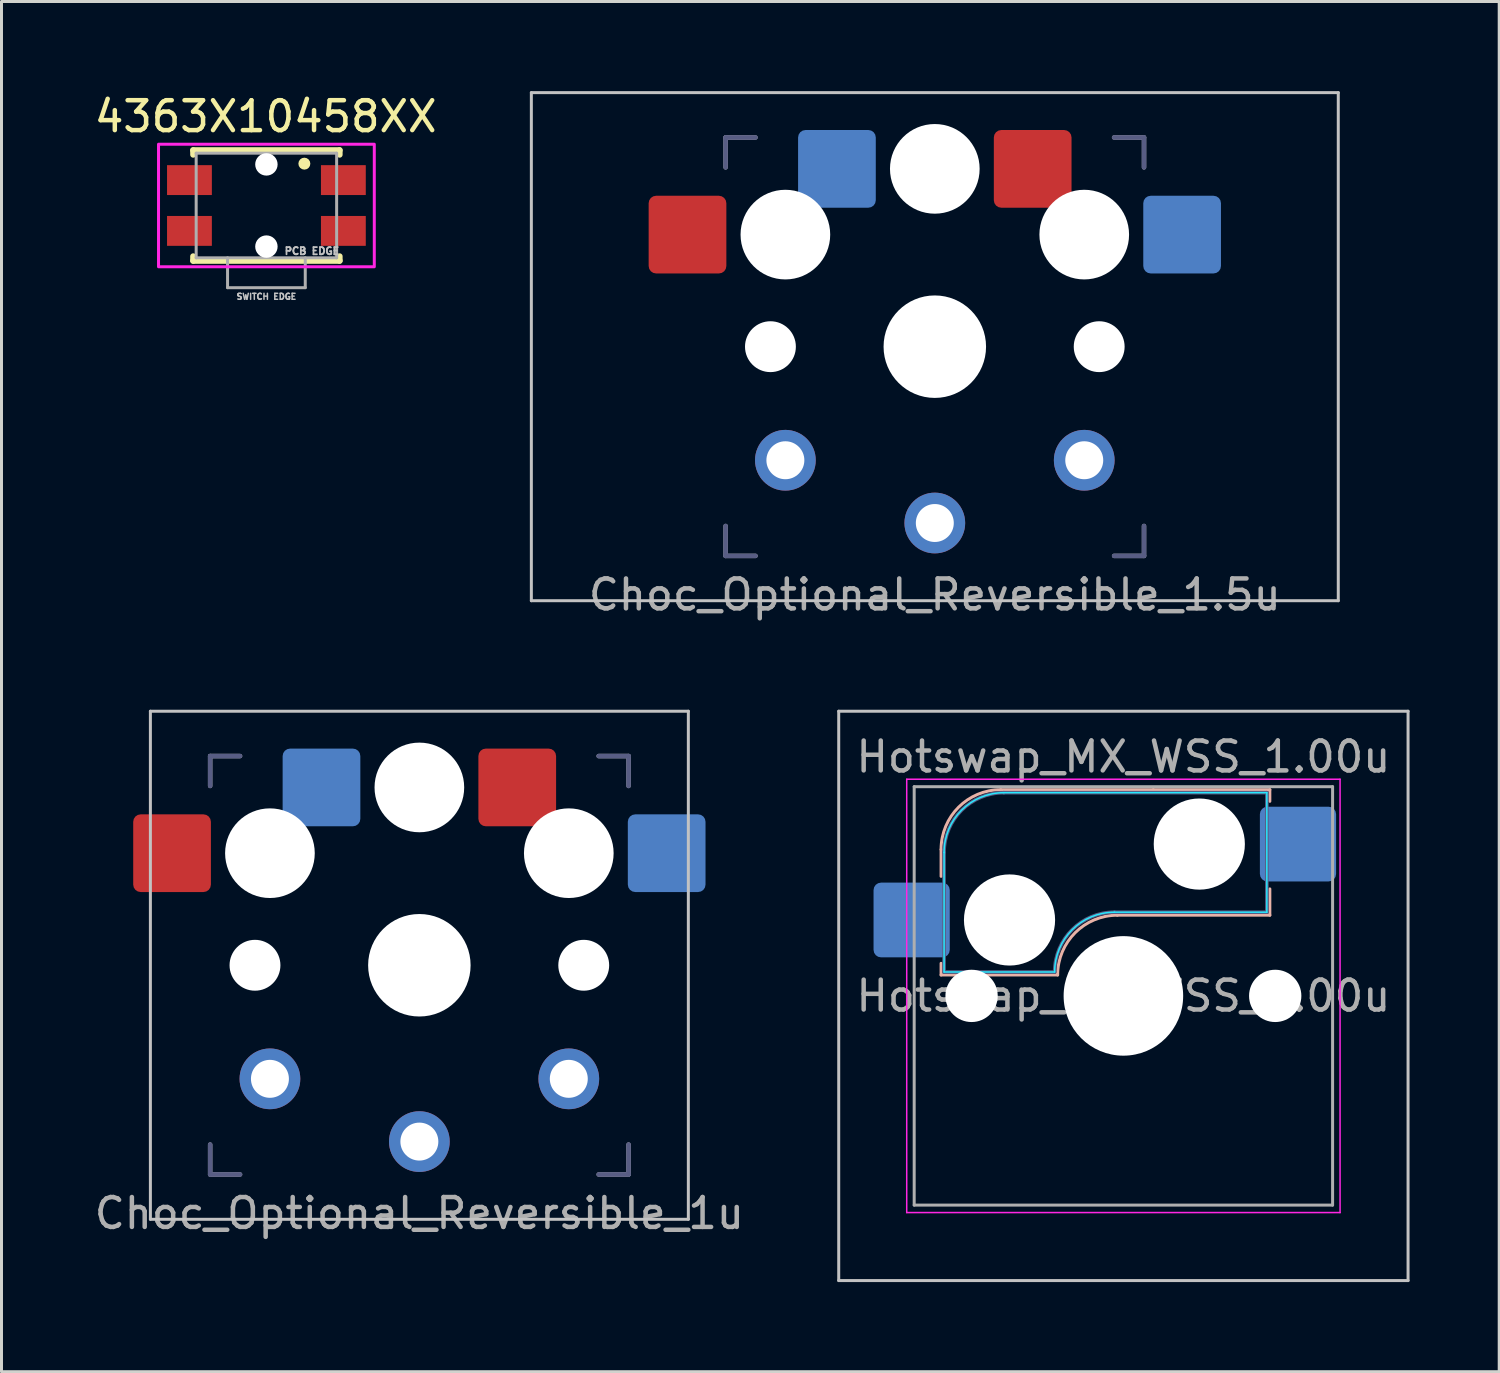
<source format=kicad_pcb>
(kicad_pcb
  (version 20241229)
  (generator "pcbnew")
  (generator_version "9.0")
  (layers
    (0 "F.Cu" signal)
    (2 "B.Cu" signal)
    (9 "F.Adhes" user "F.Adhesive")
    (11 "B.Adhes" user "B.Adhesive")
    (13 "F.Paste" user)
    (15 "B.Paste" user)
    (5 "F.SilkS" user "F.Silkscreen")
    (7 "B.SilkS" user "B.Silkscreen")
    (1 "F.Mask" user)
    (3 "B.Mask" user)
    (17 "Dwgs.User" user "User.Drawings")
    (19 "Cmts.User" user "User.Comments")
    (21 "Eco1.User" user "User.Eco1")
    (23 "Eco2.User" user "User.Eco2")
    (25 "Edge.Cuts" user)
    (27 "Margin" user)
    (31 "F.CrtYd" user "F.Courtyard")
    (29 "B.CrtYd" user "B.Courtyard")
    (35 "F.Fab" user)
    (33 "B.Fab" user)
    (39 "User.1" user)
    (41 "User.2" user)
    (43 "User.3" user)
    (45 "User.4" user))
  (footprint "Choc_Optional_Reversible_1.5u"
    (layer "F.Cu")
    (at 28.229 8.55)
    (property "Reference" "Choc_Optional_Reversible_1.5u" (at 0 8.3 0) (layer "F.Fab") (effects (font (size 1 1) (thickness 0.15))))
    (attr through_hole)
    (fp_line (start -13.5 -8.5) (end -13.5 8.5) (stroke (width 0.1) (type solid)) (layer "Dwgs.User"))
    (fp_line (start -13.5 -8.5) (end 13.5 -8.5) (stroke (width 0.1) (type solid)) (layer "Dwgs.User"))
    (fp_line (start -13.5 8.5) (end 13.5 8.5) (stroke (width 0.1) (type solid)) (layer "Dwgs.User"))
    (fp_line (start 13.5 -8.5) (end 13.5 8.5) (stroke (width 0.1) (type solid)) (layer "Dwgs.User"))
    (fp_line (start -7.5 -7.5) (end 7.5 -7.5) (stroke (width 0.15) (type solid)) (layer "Eco2.User"))
    (fp_line (start -7.5 7.5) (end -7.5 -7.5) (stroke (width 0.15) (type solid)) (layer "Eco2.User"))
    (fp_line (start -6.9 6.9) (end -6.9 -6.9) (stroke (width 0.15) (type solid)) (layer "Eco2.User"))
    (fp_line (start -6.9 6.9) (end 6.9 6.9) (stroke (width 0.15) (type solid)) (layer "Eco2.User"))
    (fp_line (start -2.6 -3.1) (end -2.6 -6.3) (stroke (width 0.15) (type solid)) (layer "Eco2.User"))
    (fp_line (start -2.6 -3.1) (end 2.6 -3.1) (stroke (width 0.15) (type solid)) (layer "Eco2.User"))
    (fp_line (start 2.6 -6.3) (end -2.6 -6.3) (stroke (width 0.15) (type solid)) (layer "Eco2.User"))
    (fp_line (start 2.6 -3.1) (end 2.6 -6.3) (stroke (width 0.15) (type solid)) (layer "Eco2.User"))
    (fp_line (start 6.9 -6.9) (end -6.9 -6.9) (stroke (width 0.15) (type solid)) (layer "Eco2.User"))
    (fp_line (start 6.9 -6.9) (end 6.9 6.9) (stroke (width 0.15) (type solid)) (layer "Eco2.User"))
    (fp_line (start 7.5 -7.5) (end 7.5 7.5) (stroke (width 0.15) (type solid)) (layer "Eco2.User"))
    (fp_line (start 7.5 7.5) (end -7.5 7.5) (stroke (width 0.15) (type solid)) (layer "Eco2.User"))
    (fp_line (start -7 -7) (end -6 -7) (stroke (width 0.15) (type solid)) (layer "B.Fab"))
    (fp_line (start -7 -6) (end -7 -7) (stroke (width 0.15) (type solid)) (layer "B.Fab"))
    (fp_line (start -7 7) (end -7 6) (stroke (width 0.15) (type solid)) (layer "B.Fab"))
    (fp_line (start -6 7) (end -7 7) (stroke (width 0.15) (type solid)) (layer "B.Fab"))
    (fp_line (start 6 -7) (end 7 -7) (stroke (width 0.15) (type solid)) (layer "B.Fab"))
    (fp_line (start 7 -7) (end 7 -6) (stroke (width 0.15) (type solid)) (layer "B.Fab"))
    (fp_line (start 7 6) (end 7 7) (stroke (width 0.15) (type solid)) (layer "B.Fab"))
    (fp_line (start 7 7) (end 6 7) (stroke (width 0.15) (type solid)) (layer "B.Fab"))
    (fp_line (start -7 -7) (end -6 -7) (stroke (width 0.15) (type solid)) (layer "F.Fab"))
    (fp_line (start -7 -6) (end -7 -7) (stroke (width 0.15) (type solid)) (layer "F.Fab"))
    (fp_line (start -7 7) (end -7 6) (stroke (width 0.15) (type solid)) (layer "F.Fab"))
    (fp_line (start -6 7) (end -7 7) (stroke (width 0.15) (type solid)) (layer "F.Fab"))
    (fp_line (start 6 -7) (end 7 -7) (stroke (width 0.15) (type solid)) (layer "F.Fab"))
    (fp_line (start 7 -7) (end 7 -6) (stroke (width 0.15) (type solid)) (layer "F.Fab"))
    (fp_line (start 7 6) (end 7 7) (stroke (width 0.15) (type solid)) (layer "F.Fab"))
    (fp_line (start 7 7) (end 6 7) (stroke (width 0.15) (type solid)) (layer "F.Fab"))
    (pad "" np_thru_hole circle (at -5.5 0) (size 1.702 1.702) (drill 1.702) (layers "*.Cu" "*.Mask"))
    (pad "" np_thru_hole circle (at -5 -3.75) (size 3 3) (drill 3) (layers "*.Cu" "*.Mask"))
    (pad "" np_thru_hole circle (at 0 -5.95) (size 3 3) (drill 3) (layers "*.Cu" "*.Mask"))
    (pad "" np_thru_hole circle (at 0 0) (size 3.429 3.429) (drill 3.429) (layers "*.Cu" "*.Mask"))
    (pad "" np_thru_hole circle (at 5 -3.75) (size 3 3) (drill 3) (layers "*.Cu" "*.Mask"))
    (pad "" np_thru_hole circle (at 5.5 0) (size 1.702 1.702) (drill 1.702) (layers "*.Cu" "*.Mask"))
    (pad "1" smd roundrect (at -3.275 -5.95) (size 2.6 2.6) (layers "B.Cu" "B.Mask" "B.Paste") (roundrect_rratio 0.096))
    (pad "1" thru_hole circle (at 0 5.9) (size 2.032 2.032) (drill 1.27) (layers "*.Cu" "*.Mask"))
    (pad "1" smd roundrect (at 3.275 -5.95) (size 2.6 2.6) (layers "F.Cu" "F.Mask" "F.Paste") (roundrect_rratio 0.096))
    (pad "2" smd roundrect (at -8.275 -3.75) (size 2.6 2.6) (layers "F.Cu" "F.Mask" "F.Paste") (roundrect_rratio 0.096))
    (pad "2" thru_hole circle (at -5 3.8) (size 2.032 2.032) (drill 1.27) (layers "*.Cu" "*.Mask"))
    (pad "2" thru_hole circle (at 5 3.8) (size 2.032 2.032) (drill 1.27) (layers "*.Cu" "*.Mask"))
    (pad "2" smd roundrect (at 8.275 -3.75) (size 2.6 2.6) (layers "B.Cu" "B.Mask" "B.Paste") (roundrect_rratio 0.096)))
  (footprint "Choc_Optional_Reversible_1u"
    (layer "F.Cu")
    (at 10.982 29.248)
    (property "Reference" "Choc_Optional_Reversible_1u" (at 0 8.3 0) (layer "F.Fab") (effects (font (size 1 1) (thickness 0.15))))
    (attr through_hole)
    (fp_line (start -9 -8.5) (end -9 8.5) (stroke (width 0.1) (type solid)) (layer "Dwgs.User"))
    (fp_line (start -9 -8.5) (end 9 -8.5) (stroke (width 0.1) (type solid)) (layer "Dwgs.User"))
    (fp_line (start -9 8.5) (end 9 8.5) (stroke (width 0.1) (type solid)) (layer "Dwgs.User"))
    (fp_line (start 9 -8.5) (end 9 8.5) (stroke (width 0.1) (type solid)) (layer "Dwgs.User"))
    (fp_line (start -7.5 -7.5) (end 7.5 -7.5) (stroke (width 0.15) (type solid)) (layer "Eco2.User"))
    (fp_line (start -7.5 7.5) (end -7.5 -7.5) (stroke (width 0.15) (type solid)) (layer "Eco2.User"))
    (fp_line (start -6.9 6.9) (end -6.9 -6.9) (stroke (width 0.15) (type solid)) (layer "Eco2.User"))
    (fp_line (start -6.9 6.9) (end 6.9 6.9) (stroke (width 0.15) (type solid)) (layer "Eco2.User"))
    (fp_line (start -2.6 -3.1) (end -2.6 -6.3) (stroke (width 0.15) (type solid)) (layer "Eco2.User"))
    (fp_line (start -2.6 -3.1) (end 2.6 -3.1) (stroke (width 0.15) (type solid)) (layer "Eco2.User"))
    (fp_line (start 2.6 -6.3) (end -2.6 -6.3) (stroke (width 0.15) (type solid)) (layer "Eco2.User"))
    (fp_line (start 2.6 -3.1) (end 2.6 -6.3) (stroke (width 0.15) (type solid)) (layer "Eco2.User"))
    (fp_line (start 6.9 -6.9) (end -6.9 -6.9) (stroke (width 0.15) (type solid)) (layer "Eco2.User"))
    (fp_line (start 6.9 -6.9) (end 6.9 6.9) (stroke (width 0.15) (type solid)) (layer "Eco2.User"))
    (fp_line (start 7.5 -7.5) (end 7.5 7.5) (stroke (width 0.15) (type solid)) (layer "Eco2.User"))
    (fp_line (start 7.5 7.5) (end -7.5 7.5) (stroke (width 0.15) (type solid)) (layer "Eco2.User"))
    (fp_line (start -7 -7) (end -6 -7) (stroke (width 0.15) (type solid)) (layer "B.Fab"))
    (fp_line (start -7 -6) (end -7 -7) (stroke (width 0.15) (type solid)) (layer "B.Fab"))
    (fp_line (start -7 7) (end -7 6) (stroke (width 0.15) (type solid)) (layer "B.Fab"))
    (fp_line (start -6 7) (end -7 7) (stroke (width 0.15) (type solid)) (layer "B.Fab"))
    (fp_line (start 6 -7) (end 7 -7) (stroke (width 0.15) (type solid)) (layer "B.Fab"))
    (fp_line (start 7 -7) (end 7 -6) (stroke (width 0.15) (type solid)) (layer "B.Fab"))
    (fp_line (start 7 6) (end 7 7) (stroke (width 0.15) (type solid)) (layer "B.Fab"))
    (fp_line (start 7 7) (end 6 7) (stroke (width 0.15) (type solid)) (layer "B.Fab"))
    (fp_line (start -7 -7) (end -6 -7) (stroke (width 0.15) (type solid)) (layer "F.Fab"))
    (fp_line (start -7 -6) (end -7 -7) (stroke (width 0.15) (type solid)) (layer "F.Fab"))
    (fp_line (start -7 7) (end -7 6) (stroke (width 0.15) (type solid)) (layer "F.Fab"))
    (fp_line (start -6 7) (end -7 7) (stroke (width 0.15) (type solid)) (layer "F.Fab"))
    (fp_line (start 6 -7) (end 7 -7) (stroke (width 0.15) (type solid)) (layer "F.Fab"))
    (fp_line (start 7 -7) (end 7 -6) (stroke (width 0.15) (type solid)) (layer "F.Fab"))
    (fp_line (start 7 6) (end 7 7) (stroke (width 0.15) (type solid)) (layer "F.Fab"))
    (fp_line (start 7 7) (end 6 7) (stroke (width 0.15) (type solid)) (layer "F.Fab"))
    (pad "" np_thru_hole circle (at -5.5 0) (size 1.702 1.702) (drill 1.702) (layers "*.Cu" "*.Mask"))
    (pad "" np_thru_hole circle (at -5 -3.75) (size 3 3) (drill 3) (layers "*.Cu" "*.Mask"))
    (pad "" np_thru_hole circle (at 0 -5.95) (size 3 3) (drill 3) (layers "*.Cu" "*.Mask"))
    (pad "" np_thru_hole circle (at 0 0) (size 3.429 3.429) (drill 3.429) (layers "*.Cu" "*.Mask"))
    (pad "" np_thru_hole circle (at 5 -3.75) (size 3 3) (drill 3) (layers "*.Cu" "*.Mask"))
    (pad "" np_thru_hole circle (at 5.5 0) (size 1.702 1.702) (drill 1.702) (layers "*.Cu" "*.Mask"))
    (pad "1" smd roundrect (at -3.275 -5.95) (size 2.6 2.6) (layers "B.Cu" "B.Mask" "B.Paste") (roundrect_rratio 0.096))
    (pad "1" thru_hole circle (at 0 5.9) (size 2.032 2.032) (drill 1.27) (layers "*.Cu" "*.Mask"))
    (pad "1" smd roundrect (at 3.275 -5.95) (size 2.6 2.6) (layers "F.Cu" "F.Mask" "F.Paste") (roundrect_rratio 0.096))
    (pad "2" smd roundrect (at -8.275 -3.75) (size 2.6 2.6) (layers "F.Cu" "F.Mask" "F.Paste") (roundrect_rratio 0.096))
    (pad "2" thru_hole circle (at -5 3.8) (size 2.032 2.032) (drill 1.27) (layers "*.Cu" "*.Mask"))
    (pad "2" thru_hole circle (at 5 3.8) (size 2.032 2.032) (drill 1.27) (layers "*.Cu" "*.Mask"))
    (pad "2" smd roundrect (at 8.275 -3.75) (size 2.6 2.6) (layers "B.Cu" "B.Mask" "B.Paste") (roundrect_rratio 0.096)))
  (footprint "Hotswap_MX_WSS_1.00u"
    (layer "F.Cu")
    (at 34.539 30.273)
    (property "Reference" "Hotswap_MX_WSS_1.00u" (at 0 -8 0) (layer "F.Fab") (effects (font (size 1 1) (thickness 0.15))))
    (attr smd)
    (fp_line (start -6.1 -4.9) (end -6.1 -4) (stroke (width 0.1) (type default)) (layer "B.SilkS"))
    (fp_line (start -6.1 -0.7) (end -6.1 -1.09) (stroke (width 0.1) (type default)) (layer "B.SilkS"))
    (fp_line (start -6.1 -0.7) (end -2.2 -0.7) (stroke (width 0.1) (type default)) (layer "B.SilkS"))
    (fp_line (start -4.1 -6.9) (end 1 -6.9) (stroke (width 0.1) (type solid)) (layer "B.SilkS"))
    (fp_line (start -0.2 -2.7) (end 4.9 -2.7) (stroke (width 0.1) (type solid)) (layer "B.SilkS"))
    (fp_line (start 4.9 -6.9) (end 1 -6.9) (stroke (width 0.1) (type default)) (layer "B.SilkS"))
    (fp_line (start 4.9 -6.9) (end 4.9 -6.51) (stroke (width 0.1) (type default)) (layer "B.SilkS"))
    (fp_line (start 4.9 -2.7) (end 4.9 -3.58) (stroke (width 0.1) (type default)) (layer "B.SilkS"))
    (fp_arc (start -6.1 -4.9) (mid -5.514214 -6.314214) (end -4.1 -6.9) (stroke (width 0.1) (type solid)) (layer "B.SilkS"))
    (fp_arc (start -2.2 -0.7) (mid -1.614214 -2.114214) (end -0.2 -2.7) (stroke (width 0.1) (type solid)) (layer "B.SilkS"))
    (fp_line (start -9.525 -9.525) (end -9.525 9.525) (stroke (width 0.1) (type solid)) (layer "Dwgs.User"))
    (fp_line (start -9.525 9.525) (end 9.525 9.525) (stroke (width 0.1) (type solid)) (layer "Dwgs.User"))
    (fp_line (start 9.525 -9.525) (end -9.525 -9.525) (stroke (width 0.1) (type solid)) (layer "Dwgs.User"))
    (fp_line (start 9.525 9.525) (end 9.525 -9.525) (stroke (width 0.1) (type solid)) (layer "Dwgs.User"))
    (fp_line (start -7.8 -6) (end -7 -6) (stroke (width 0.1) (type solid)) (layer "Eco1.User"))
    (fp_line (start -7.8 -2.9) (end -7.8 -6) (stroke (width 0.1) (type solid)) (layer "Eco1.User"))
    (fp_line (start -7.8 2.9) (end -7 2.9) (stroke (width 0.1) (type solid)) (layer "Eco1.User"))
    (fp_line (start -7.8 6) (end -7.8 2.9) (stroke (width 0.1) (type solid)) (layer "Eco1.User"))
    (fp_line (start -7 -7) (end 7 -7) (stroke (width 0.1) (type solid)) (layer "Eco1.User"))
    (fp_line (start -7 -6) (end -7 -7) (stroke (width 0.1) (type solid)) (layer "Eco1.User"))
    (fp_line (start -7 -2.9) (end -7.8 -2.9) (stroke (width 0.1) (type solid)) (layer "Eco1.User"))
    (fp_line (start -7 2.9) (end -7 -2.9) (stroke (width 0.1) (type solid)) (layer "Eco1.User"))
    (fp_line (start -7 6) (end -7.8 6) (stroke (width 0.1) (type solid)) (layer "Eco1.User"))
    (fp_line (start -7 7) (end -7 6) (stroke (width 0.1) (type solid)) (layer "Eco1.User"))
    (fp_line (start 7 -7) (end 7 -6) (stroke (width 0.1) (type solid)) (layer "Eco1.User"))
    (fp_line (start 7 -6) (end 7.8 -6) (stroke (width 0.1) (type solid)) (layer "Eco1.User"))
    (fp_line (start 7 -2.9) (end 7 2.9) (stroke (width 0.1) (type solid)) (layer "Eco1.User"))
    (fp_line (start 7 2.9) (end 7.8 2.9) (stroke (width 0.1) (type solid)) (layer "Eco1.User"))
    (fp_line (start 7 6) (end 7 7) (stroke (width 0.1) (type solid)) (layer "Eco1.User"))
    (fp_line (start 7 7) (end -7 7) (stroke (width 0.1) (type solid)) (layer "Eco1.User"))
    (fp_line (start 7.8 -6) (end 7.8 -2.9) (stroke (width 0.1) (type solid)) (layer "Eco1.User"))
    (fp_line (start 7.8 -2.9) (end 7 -2.9) (stroke (width 0.1) (type solid)) (layer "Eco1.User"))
    (fp_line (start 7.8 2.9) (end 7.8 6) (stroke (width 0.1) (type solid)) (layer "Eco1.User"))
    (fp_line (start 7.8 6) (end 7 6) (stroke (width 0.1) (type solid)) (layer "Eco1.User"))
    (fp_line (start -6 -0.8) (end -6 -4.8) (stroke (width 0.05) (type solid)) (layer "B.CrtYd"))
    (fp_line (start -6 -0.8) (end -2.3 -0.8) (stroke (width 0.05) (type solid)) (layer "B.CrtYd"))
    (fp_line (start -4 -6.8) (end 4.8 -6.8) (stroke (width 0.05) (type solid)) (layer "B.CrtYd"))
    (fp_line (start -0.3 -2.8) (end 4.8 -2.8) (stroke (width 0.05) (type solid)) (layer "B.CrtYd"))
    (fp_line (start 4.8 -6.8) (end 4.8 -2.8) (stroke (width 0.05) (type solid)) (layer "B.CrtYd"))
    (fp_arc (start -6 -4.8) (mid -5.414214 -6.214214) (end -4 -6.8) (stroke (width 0.05) (type solid)) (layer "B.CrtYd"))
    (fp_arc (start -2.3 -0.8) (mid -1.714214 -2.214214) (end -0.3 -2.8) (stroke (width 0.05) (type solid)) (layer "B.CrtYd"))
    (fp_line (start -7.25 -7.25) (end -7.25 7.25) (stroke (width 0.05) (type solid)) (layer "F.CrtYd"))
    (fp_line (start -7.25 7.25) (end 7.25 7.25) (stroke (width 0.05) (type solid)) (layer "F.CrtYd"))
    (fp_line (start 7.25 -7.25) (end -7.25 -7.25) (stroke (width 0.05) (type solid)) (layer "F.CrtYd"))
    (fp_line (start 7.25 7.25) (end 7.25 -7.25) (stroke (width 0.05) (type solid)) (layer "F.CrtYd"))
    (fp_line (start -6 -0.8) (end -6 -4.8) (stroke (width 0.12) (type solid)) (layer "B.Fab"))
    (fp_line (start -6 -0.8) (end -2.3 -0.8) (stroke (width 0.12) (type solid)) (layer "B.Fab"))
    (fp_line (start -4 -6.8) (end 4.8 -6.8) (stroke (width 0.12) (type solid)) (layer "B.Fab"))
    (fp_line (start -0.3 -2.8) (end 4.8 -2.8) (stroke (width 0.12) (type solid)) (layer "B.Fab"))
    (fp_line (start 4.8 -6.8) (end 4.8 -2.8) (stroke (width 0.12) (type solid)) (layer "B.Fab"))
    (fp_arc (start -6 -4.8) (mid -5.414214 -6.214214) (end -4 -6.8) (stroke (width 0.12) (type solid)) (layer "B.Fab"))
    (fp_arc (start -2.3 -0.8) (mid -1.714214 -2.214214) (end -0.3 -2.8) (stroke (width 0.12) (type solid)) (layer "B.Fab"))
    (fp_line (start -7 -7) (end -7 7) (stroke (width 0.1) (type solid)) (layer "F.Fab"))
    (fp_line (start -7 7) (end 7 7) (stroke (width 0.1) (type solid)) (layer "F.Fab"))
    (fp_line (start 7 -7) (end -7 -7) (stroke (width 0.1) (type solid)) (layer "F.Fab"))
    (fp_line (start 7 7) (end 7 -7) (stroke (width 0.1) (type solid)) (layer "F.Fab"))
    (fp_text user "${REFERENCE}" (at 0 0 0) (layer "F.Fab") (effects (font (size 1 1) (thickness 0.15))))
    (pad "" np_thru_hole circle (at -5.08 0) (size 1.75 1.75) (drill 1.75) (layers "*.Cu" "*.Mask"))
    (pad "" np_thru_hole circle (at -3.81 -2.54) (size 3.05 3.05) (drill 3.05) (layers "*.Cu" "*.Mask"))
    (pad "" np_thru_hole circle (at 0 0) (size 4 4) (drill 4) (layers "*.Cu" "*.Mask"))
    (pad "" np_thru_hole circle (at 2.54 -5.08) (size 3.05 3.05) (drill 3.05) (layers "*.Cu" "*.Mask"))
    (pad "" np_thru_hole circle (at 5.08 0) (size 1.75 1.75) (drill 1.75) (layers "*.Cu" "*.Mask"))
    (pad "1" smd roundrect (at -7.085 -2.54) (size 2.55 2.5) (layers "B.Cu" "B.Mask" "B.Paste") (roundrect_rratio 0.1))
    (pad "2" smd roundrect (at 5.842 -5.08) (size 2.55 2.5) (layers "B.Cu" "B.Mask" "B.Paste") (roundrect_rratio 0.1)))
  (footprint "4363X10458XX"
    (layer "F.Cu")
    (at 5.864 3.826)
    (property "Reference" "4363X10458XX" (at -0.025 -2.978 0) (layer "F.SilkS") (effects (font (size 1 1) (thickness 0.15))))
    (attr smd)
    (fp_line (start -2.45 -1.85) (end 2.45 -1.85) (stroke (width 0.2) (type solid)) (layer "F.SilkS"))
    (fp_line (start -2.45 -1.7) (end -2.45 -1.85) (stroke (width 0.2) (type solid)) (layer "F.SilkS"))
    (fp_line (start -2.45 1.7) (end -2.45 1.85) (stroke (width 0.2) (type solid)) (layer "F.SilkS"))
    (fp_line (start -2.45 1.85) (end 2.45 1.85) (stroke (width 0.2) (type solid)) (layer "F.SilkS"))
    (fp_line (start 2.45 -1.85) (end 2.45 -1.7) (stroke (width 0.2) (type solid)) (layer "F.SilkS"))
    (fp_line (start 2.45 1.85) (end 2.45 1.7) (stroke (width 0.2) (type solid)) (layer "F.SilkS"))
    (fp_circle (center 1.27 -1.4) (end 1.37 -1.4) (stroke (width 0.2) (type solid)) (fill no) (layer "F.SilkS"))
    (fp_poly (pts (xy -3.61 -2.05) (xy 3.61 -2.05) (xy 3.61 2.05) (xy -3.61 2.05)) (stroke (width 0.1) (type solid)) (fill no) (layer "F.CrtYd"))
    (fp_line (start -2.35 -1.75) (end -2.35 1.75) (stroke (width 0.1) (type solid)) (layer "F.Fab"))
    (fp_line (start -1.3 1.75) (end -1.3 2.75) (stroke (width 0.1) (type solid)) (layer "F.Fab"))
    (fp_line (start -1.3 2.75) (end 1.3 2.75) (stroke (width 0.1) (type solid)) (layer "F.Fab"))
    (fp_line (start 1.3 2.75) (end 1.3 1.75) (stroke (width 0.1) (type solid)) (layer "F.Fab"))
    (fp_line (start 2.35 -1.75) (end -2.35 -1.75) (stroke (width 0.1) (type solid)) (layer "F.Fab"))
    (fp_line (start 2.35 1.75) (end -2.35 1.75) (stroke (width 0.1) (type solid)) (layer "F.Fab"))
    (fp_line (start 2.35 1.75) (end 2.35 -1.75) (stroke (width 0.1) (type solid)) (layer "F.Fab"))
    (fp_text user "SWITCH EDGE" (at 0 3.048 0) (layer "Dwgs.User") (effects (font (size 0.2 0.2) (thickness 0.15))))
    (fp_text user "PCB EDGE" (at 1.524 1.524 0) (layer "Dwgs.User") (effects (font (size 0.24 0.24) (thickness 0.15))))
    (pad "" np_thru_hole circle (at 0 -1.375) (size 0.75 0.75) (drill 0.75) (layers "*.Cu" "*.Mask"))
    (pad "" np_thru_hole circle (at 0 1.375) (size 0.75 0.75) (drill 0.75) (layers "*.Cu" "*.Mask"))
    (pad "1" smd rect (at 2.575 -0.85) (size 1.5 1) (layers "F.Cu" "F.Mask" "F.Paste"))
    (pad "2" smd rect (at 2.575 0.85) (size 1.5 1) (layers "F.Cu" "F.Mask" "F.Paste"))
    (pad "3" smd rect (at -2.575 -0.85) (size 1.5 1) (layers "F.Cu" "F.Mask" "F.Paste"))
    (pad "4" smd rect (at -2.575 0.85) (size 1.5 1) (layers "F.Cu" "F.Mask" "F.Paste")))
  (gr_rect
    (start -3 -3)
    (end 47.114 42.848)
    (stroke (width 0.1) (type default))
    (fill no)
    (layer "Edge.Cuts")))
</source>
